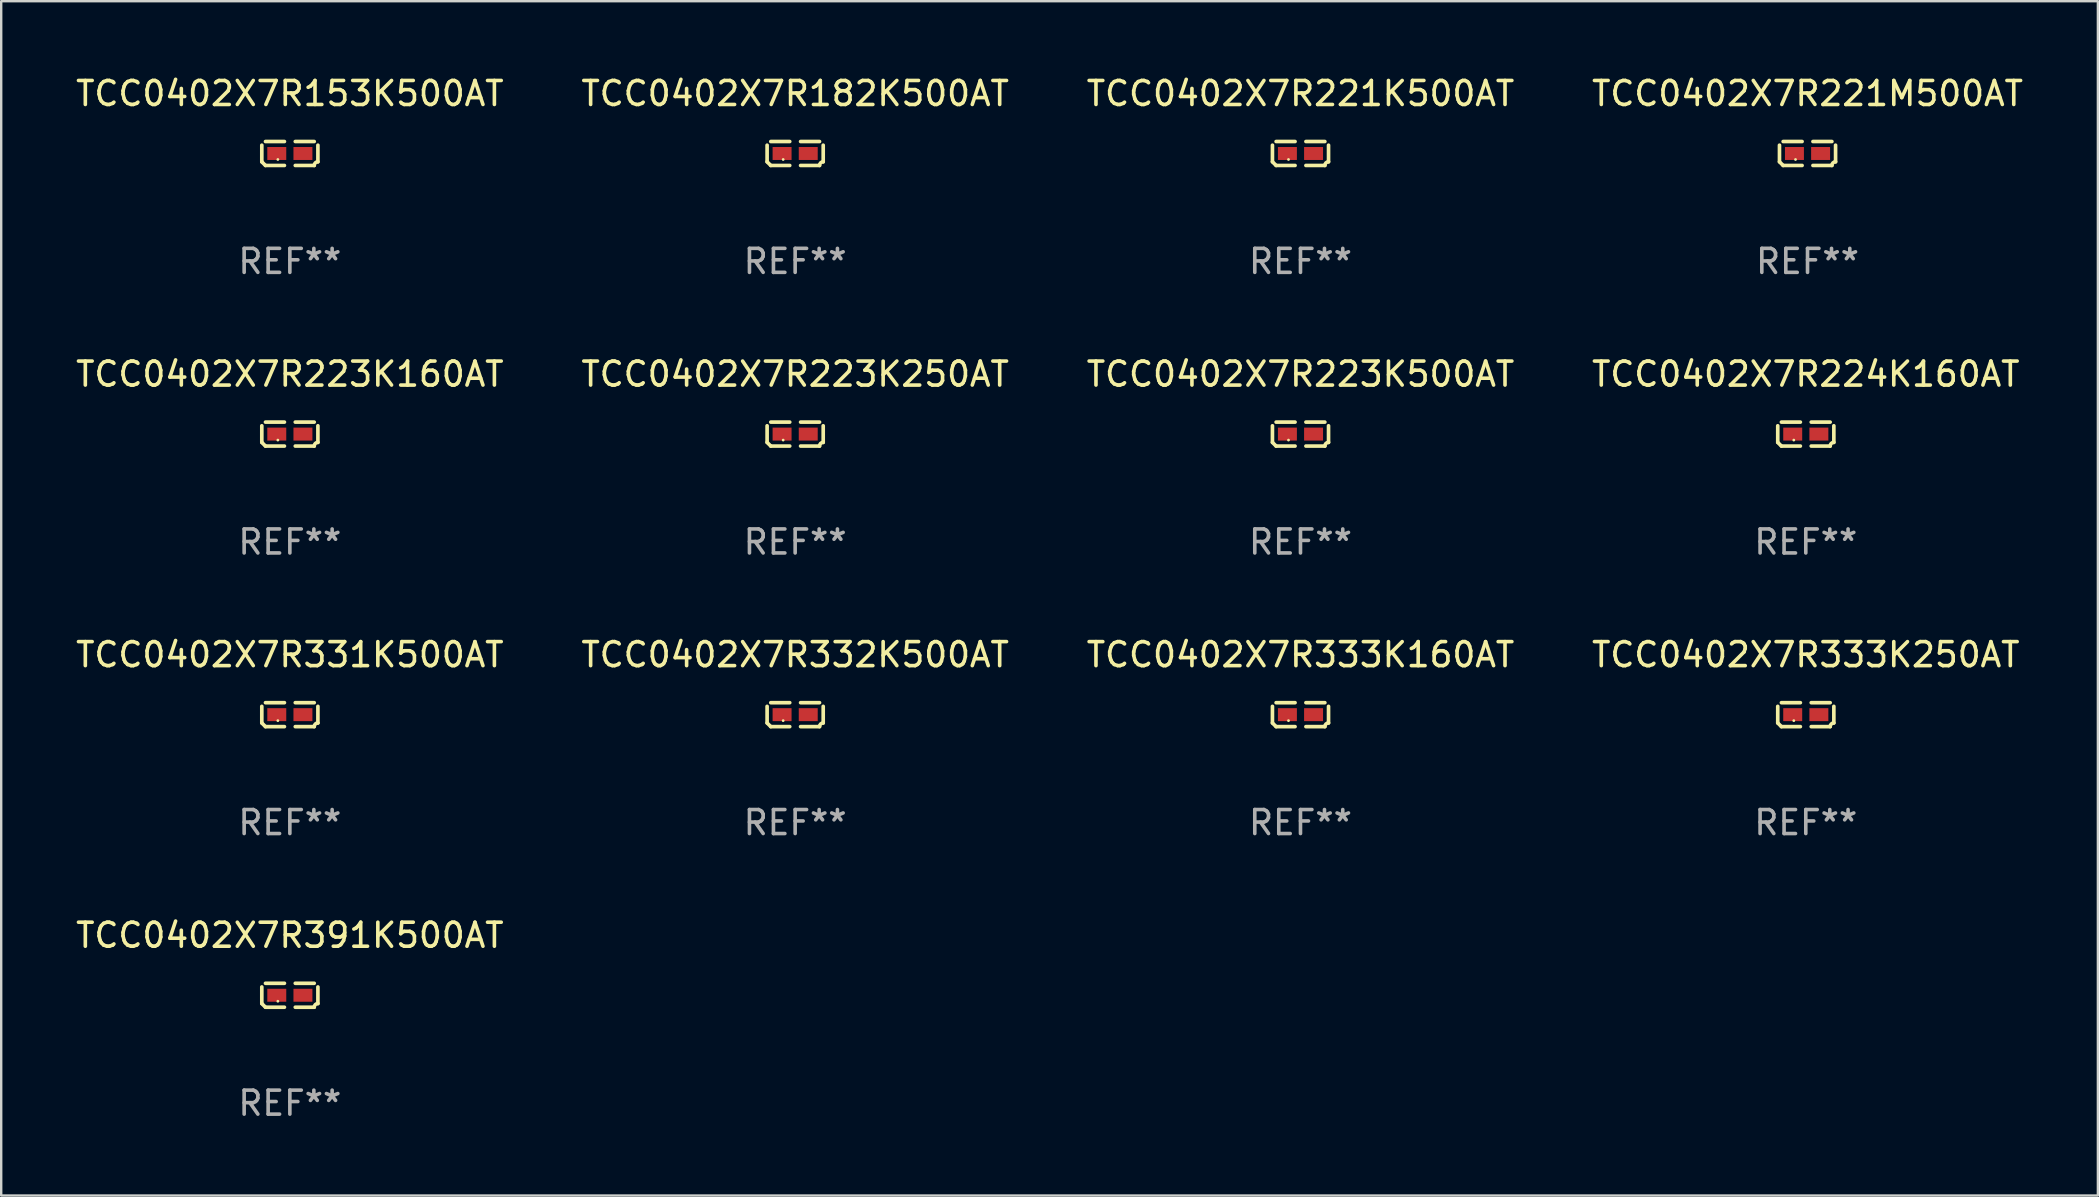
<source format=kicad_pcb>
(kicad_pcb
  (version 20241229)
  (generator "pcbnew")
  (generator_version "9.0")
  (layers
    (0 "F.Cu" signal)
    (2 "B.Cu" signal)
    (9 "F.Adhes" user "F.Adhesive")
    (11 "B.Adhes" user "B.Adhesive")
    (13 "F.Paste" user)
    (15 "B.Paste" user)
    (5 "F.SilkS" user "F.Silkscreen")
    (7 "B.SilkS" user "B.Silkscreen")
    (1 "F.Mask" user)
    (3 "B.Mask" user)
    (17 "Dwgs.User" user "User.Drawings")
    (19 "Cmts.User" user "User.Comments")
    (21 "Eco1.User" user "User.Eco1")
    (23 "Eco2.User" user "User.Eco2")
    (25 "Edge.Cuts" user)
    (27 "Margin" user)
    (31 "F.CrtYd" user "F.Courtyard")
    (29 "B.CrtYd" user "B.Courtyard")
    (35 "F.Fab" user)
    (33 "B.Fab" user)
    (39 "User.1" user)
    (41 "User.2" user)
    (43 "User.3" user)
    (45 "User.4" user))
  (footprint "TCC0402X7R153K500AT"
    (layer "F.Cu")
    (at 9.03 3.347)
    (property "Reference" "TCC0402X7R153K500AT" (at 0 -2.499 0) (layer "F.SilkS") (effects (font (size 1 1) (thickness 0.15))))
    (attr through_hole)
    (fp_line (start -1.169 0.346) (end -1.169 -0.346) (stroke (width 0.152) (type solid)) (layer "F.SilkS"))
    (fp_line (start -1.016 -0.499) (end -0.226 -0.499) (stroke (width 0.152) (type solid)) (layer "F.SilkS"))
    (fp_line (start -0.226 0.499) (end -1.016 0.499) (stroke (width 0.152) (type solid)) (layer "F.SilkS"))
    (fp_line (start 0.226 0.499) (end 1.016 0.499) (stroke (width 0.152) (type solid)) (layer "F.SilkS"))
    (fp_line (start 1.016 -0.499) (end 0.226 -0.499) (stroke (width 0.152) (type solid)) (layer "F.SilkS"))
    (fp_line (start 1.169 0.346) (end 1.169 -0.346) (stroke (width 0.152) (type solid)) (layer "F.SilkS"))
    (fp_arc (start -1.016307 0.498603) (mid -1.092512 0.422405) (end -1.16871 0.3462) (stroke (width 0.1524) (type solid)) (layer "F.SilkS"))
    (fp_arc (start 1.016307 0.498603) (mid 1.060899 0.390758) (end 1.168707 0.346076) (stroke (width 0.1524) (type solid)) (layer "F.SilkS"))
    (fp_circle (center -0.5 0.25) (end -0.47 0.25) (stroke (width 0.06) (type solid)) (fill no) (layer "F.SilkS"))
    (fp_text user "REF**" (at 0 4.499 0) (layer "F.Fab") (effects (font (size 1 1) (thickness 0.15))))
    (pad "1" smd rect (at -0.545 0) (size 0.79 0.54) (layers "F.Cu" "F.Mask" "F.Paste"))
    (pad "2" smd rect (at 0.545 0) (size 0.79 0.54) (layers "F.Cu" "F.Mask" "F.Paste")))
  (footprint "TCC0402X7R332K500AT"
    (layer "F.Cu")
    (at 30.089 26.734)
    (property "Reference" "TCC0402X7R332K500AT" (at 0 -2.499 0) (layer "F.SilkS") (effects (font (size 1 1) (thickness 0.15))))
    (attr through_hole)
    (fp_line (start -1.169 0.346) (end -1.169 -0.346) (stroke (width 0.152) (type solid)) (layer "F.SilkS"))
    (fp_line (start -1.016 -0.499) (end -0.226 -0.499) (stroke (width 0.152) (type solid)) (layer "F.SilkS"))
    (fp_line (start -0.226 0.499) (end -1.016 0.499) (stroke (width 0.152) (type solid)) (layer "F.SilkS"))
    (fp_line (start 0.226 0.499) (end 1.016 0.499) (stroke (width 0.152) (type solid)) (layer "F.SilkS"))
    (fp_line (start 1.016 -0.499) (end 0.226 -0.499) (stroke (width 0.152) (type solid)) (layer "F.SilkS"))
    (fp_line (start 1.169 0.346) (end 1.169 -0.346) (stroke (width 0.152) (type solid)) (layer "F.SilkS"))
    (fp_arc (start -1.016307 0.498603) (mid -1.092512 0.422405) (end -1.16871 0.3462) (stroke (width 0.1524) (type solid)) (layer "F.SilkS"))
    (fp_arc (start 1.016307 0.498603) (mid 1.060899 0.390758) (end 1.168707 0.346076) (stroke (width 0.1524) (type solid)) (layer "F.SilkS"))
    (fp_circle (center -0.5 0.25) (end -0.47 0.25) (stroke (width 0.06) (type solid)) (fill no) (layer "F.SilkS"))
    (fp_text user "REF**" (at 0 4.499 0) (layer "F.Fab") (effects (font (size 1 1) (thickness 0.15))))
    (pad "1" smd rect (at -0.545 0) (size 0.79 0.54) (layers "F.Cu" "F.Mask" "F.Paste"))
    (pad "2" smd rect (at 0.545 0) (size 0.79 0.54) (layers "F.Cu" "F.Mask" "F.Paste")))
  (footprint "TCC0402X7R223K160AT"
    (layer "F.Cu")
    (at 9.03 15.041)
    (property "Reference" "TCC0402X7R223K160AT" (at 0 -2.499 0) (layer "F.SilkS") (effects (font (size 1 1) (thickness 0.15))))
    (attr through_hole)
    (fp_line (start -1.169 0.346) (end -1.169 -0.346) (stroke (width 0.152) (type solid)) (layer "F.SilkS"))
    (fp_line (start -1.016 -0.499) (end -0.226 -0.499) (stroke (width 0.152) (type solid)) (layer "F.SilkS"))
    (fp_line (start -0.226 0.499) (end -1.016 0.499) (stroke (width 0.152) (type solid)) (layer "F.SilkS"))
    (fp_line (start 0.226 0.499) (end 1.016 0.499) (stroke (width 0.152) (type solid)) (layer "F.SilkS"))
    (fp_line (start 1.016 -0.499) (end 0.226 -0.499) (stroke (width 0.152) (type solid)) (layer "F.SilkS"))
    (fp_line (start 1.169 0.346) (end 1.169 -0.346) (stroke (width 0.152) (type solid)) (layer "F.SilkS"))
    (fp_arc (start -1.016307 0.498603) (mid -1.092512 0.422405) (end -1.16871 0.3462) (stroke (width 0.1524) (type solid)) (layer "F.SilkS"))
    (fp_arc (start 1.016307 0.498603) (mid 1.060899 0.390758) (end 1.168707 0.346076) (stroke (width 0.1524) (type solid)) (layer "F.SilkS"))
    (fp_circle (center -0.5 0.25) (end -0.47 0.25) (stroke (width 0.06) (type solid)) (fill no) (layer "F.SilkS"))
    (fp_text user "REF**" (at 0 4.499 0) (layer "F.Fab") (effects (font (size 1 1) (thickness 0.15))))
    (pad "1" smd rect (at -0.545 0) (size 0.79 0.54) (layers "F.Cu" "F.Mask" "F.Paste"))
    (pad "2" smd rect (at 0.545 0) (size 0.79 0.54) (layers "F.Cu" "F.Mask" "F.Paste")))
  (footprint "TCC0402X7R333K160AT"
    (layer "F.Cu")
    (at 51.149 26.734)
    (property "Reference" "TCC0402X7R333K160AT" (at 0 -2.499 0) (layer "F.SilkS") (effects (font (size 1 1) (thickness 0.15))))
    (attr through_hole)
    (fp_line (start -1.169 0.346) (end -1.169 -0.346) (stroke (width 0.152) (type solid)) (layer "F.SilkS"))
    (fp_line (start -1.016 -0.499) (end -0.226 -0.499) (stroke (width 0.152) (type solid)) (layer "F.SilkS"))
    (fp_line (start -0.226 0.499) (end -1.016 0.499) (stroke (width 0.152) (type solid)) (layer "F.SilkS"))
    (fp_line (start 0.226 0.499) (end 1.016 0.499) (stroke (width 0.152) (type solid)) (layer "F.SilkS"))
    (fp_line (start 1.016 -0.499) (end 0.226 -0.499) (stroke (width 0.152) (type solid)) (layer "F.SilkS"))
    (fp_line (start 1.169 0.346) (end 1.169 -0.346) (stroke (width 0.152) (type solid)) (layer "F.SilkS"))
    (fp_arc (start -1.016307 0.498603) (mid -1.092512 0.422405) (end -1.16871 0.3462) (stroke (width 0.1524) (type solid)) (layer "F.SilkS"))
    (fp_arc (start 1.016307 0.498603) (mid 1.060899 0.390758) (end 1.168707 0.346076) (stroke (width 0.1524) (type solid)) (layer "F.SilkS"))
    (fp_circle (center -0.5 0.25) (end -0.47 0.25) (stroke (width 0.06) (type solid)) (fill no) (layer "F.SilkS"))
    (fp_text user "REF**" (at 0 4.499 0) (layer "F.Fab") (effects (font (size 1 1) (thickness 0.15))))
    (pad "1" smd rect (at -0.545 0) (size 0.79 0.54) (layers "F.Cu" "F.Mask" "F.Paste"))
    (pad "2" smd rect (at 0.545 0) (size 0.79 0.54) (layers "F.Cu" "F.Mask" "F.Paste")))
  (footprint "TCC0402X7R221K500AT"
    (layer "F.Cu")
    (at 51.149 3.347)
    (property "Reference" "TCC0402X7R221K500AT" (at 0 -2.499 0) (layer "F.SilkS") (effects (font (size 1 1) (thickness 0.15))))
    (attr through_hole)
    (fp_line (start -1.169 0.346) (end -1.169 -0.346) (stroke (width 0.152) (type solid)) (layer "F.SilkS"))
    (fp_line (start -1.016 -0.499) (end -0.226 -0.499) (stroke (width 0.152) (type solid)) (layer "F.SilkS"))
    (fp_line (start -0.226 0.499) (end -1.016 0.499) (stroke (width 0.152) (type solid)) (layer "F.SilkS"))
    (fp_line (start 0.226 0.499) (end 1.016 0.499) (stroke (width 0.152) (type solid)) (layer "F.SilkS"))
    (fp_line (start 1.016 -0.499) (end 0.226 -0.499) (stroke (width 0.152) (type solid)) (layer "F.SilkS"))
    (fp_line (start 1.169 0.346) (end 1.169 -0.346) (stroke (width 0.152) (type solid)) (layer "F.SilkS"))
    (fp_arc (start -1.016307 0.498603) (mid -1.092512 0.422405) (end -1.16871 0.3462) (stroke (width 0.1524) (type solid)) (layer "F.SilkS"))
    (fp_arc (start 1.016307 0.498603) (mid 1.060899 0.390758) (end 1.168707 0.346076) (stroke (width 0.1524) (type solid)) (layer "F.SilkS"))
    (fp_circle (center -0.5 0.25) (end -0.47 0.25) (stroke (width 0.06) (type solid)) (fill no) (layer "F.SilkS"))
    (fp_text user "REF**" (at 0 4.499 0) (layer "F.Fab") (effects (font (size 1 1) (thickness 0.15))))
    (pad "1" smd rect (at -0.545 0) (size 0.79 0.54) (layers "F.Cu" "F.Mask" "F.Paste"))
    (pad "2" smd rect (at 0.545 0) (size 0.79 0.54) (layers "F.Cu" "F.Mask" "F.Paste")))
  (footprint "TCC0402X7R182K500AT"
    (layer "F.Cu")
    (at 30.089 3.347)
    (property "Reference" "TCC0402X7R182K500AT" (at 0 -2.499 0) (layer "F.SilkS") (effects (font (size 1 1) (thickness 0.15))))
    (attr through_hole)
    (fp_line (start -1.169 0.346) (end -1.169 -0.346) (stroke (width 0.152) (type solid)) (layer "F.SilkS"))
    (fp_line (start -1.016 -0.499) (end -0.226 -0.499) (stroke (width 0.152) (type solid)) (layer "F.SilkS"))
    (fp_line (start -0.226 0.499) (end -1.016 0.499) (stroke (width 0.152) (type solid)) (layer "F.SilkS"))
    (fp_line (start 0.226 0.499) (end 1.016 0.499) (stroke (width 0.152) (type solid)) (layer "F.SilkS"))
    (fp_line (start 1.016 -0.499) (end 0.226 -0.499) (stroke (width 0.152) (type solid)) (layer "F.SilkS"))
    (fp_line (start 1.169 0.346) (end 1.169 -0.346) (stroke (width 0.152) (type solid)) (layer "F.SilkS"))
    (fp_arc (start -1.016307 0.498603) (mid -1.092512 0.422405) (end -1.16871 0.3462) (stroke (width 0.1524) (type solid)) (layer "F.SilkS"))
    (fp_arc (start 1.016307 0.498603) (mid 1.060899 0.390758) (end 1.168707 0.346076) (stroke (width 0.1524) (type solid)) (layer "F.SilkS"))
    (fp_circle (center -0.5 0.25) (end -0.47 0.25) (stroke (width 0.06) (type solid)) (fill no) (layer "F.SilkS"))
    (fp_text user "REF**" (at 0 4.499 0) (layer "F.Fab") (effects (font (size 1 1) (thickness 0.15))))
    (pad "1" smd rect (at -0.545 0) (size 0.79 0.54) (layers "F.Cu" "F.Mask" "F.Paste"))
    (pad "2" smd rect (at 0.545 0) (size 0.79 0.54) (layers "F.Cu" "F.Mask" "F.Paste")))
  (footprint "TCC0402X7R221M500AT"
    (layer "F.Cu")
    (at 72.28 3.347)
    (property "Reference" "TCC0402X7R221M500AT" (at 0 -2.499 0) (layer "F.SilkS") (effects (font (size 1 1) (thickness 0.15))))
    (attr through_hole)
    (fp_line (start -1.169 0.346) (end -1.169 -0.346) (stroke (width 0.152) (type solid)) (layer "F.SilkS"))
    (fp_line (start -1.016 -0.499) (end -0.226 -0.499) (stroke (width 0.152) (type solid)) (layer "F.SilkS"))
    (fp_line (start -0.226 0.499) (end -1.016 0.499) (stroke (width 0.152) (type solid)) (layer "F.SilkS"))
    (fp_line (start 0.226 0.499) (end 1.016 0.499) (stroke (width 0.152) (type solid)) (layer "F.SilkS"))
    (fp_line (start 1.016 -0.499) (end 0.226 -0.499) (stroke (width 0.152) (type solid)) (layer "F.SilkS"))
    (fp_line (start 1.169 0.346) (end 1.169 -0.346) (stroke (width 0.152) (type solid)) (layer "F.SilkS"))
    (fp_arc (start -1.016307 0.498603) (mid -1.092512 0.422405) (end -1.16871 0.3462) (stroke (width 0.1524) (type solid)) (layer "F.SilkS"))
    (fp_arc (start 1.016307 0.498603) (mid 1.060899 0.390758) (end 1.168707 0.346076) (stroke (width 0.1524) (type solid)) (layer "F.SilkS"))
    (fp_circle (center -0.5 0.25) (end -0.47 0.25) (stroke (width 0.06) (type solid)) (fill no) (layer "F.SilkS"))
    (fp_text user "REF**" (at 0 4.499 0) (layer "F.Fab") (effects (font (size 1 1) (thickness 0.15))))
    (pad "1" smd rect (at -0.545 0) (size 0.79 0.54) (layers "F.Cu" "F.Mask" "F.Paste"))
    (pad "2" smd rect (at 0.545 0) (size 0.79 0.54) (layers "F.Cu" "F.Mask" "F.Paste")))
  (footprint "TCC0402X7R223K250AT"
    (layer "F.Cu")
    (at 30.089 15.041)
    (property "Reference" "TCC0402X7R223K250AT" (at 0 -2.499 0) (layer "F.SilkS") (effects (font (size 1 1) (thickness 0.15))))
    (attr through_hole)
    (fp_line (start -1.169 0.346) (end -1.169 -0.346) (stroke (width 0.152) (type solid)) (layer "F.SilkS"))
    (fp_line (start -1.016 -0.499) (end -0.226 -0.499) (stroke (width 0.152) (type solid)) (layer "F.SilkS"))
    (fp_line (start -0.226 0.499) (end -1.016 0.499) (stroke (width 0.152) (type solid)) (layer "F.SilkS"))
    (fp_line (start 0.226 0.499) (end 1.016 0.499) (stroke (width 0.152) (type solid)) (layer "F.SilkS"))
    (fp_line (start 1.016 -0.499) (end 0.226 -0.499) (stroke (width 0.152) (type solid)) (layer "F.SilkS"))
    (fp_line (start 1.169 0.346) (end 1.169 -0.346) (stroke (width 0.152) (type solid)) (layer "F.SilkS"))
    (fp_arc (start -1.016307 0.498603) (mid -1.092512 0.422405) (end -1.16871 0.3462) (stroke (width 0.1524) (type solid)) (layer "F.SilkS"))
    (fp_arc (start 1.016307 0.498603) (mid 1.060899 0.390758) (end 1.168707 0.346076) (stroke (width 0.1524) (type solid)) (layer "F.SilkS"))
    (fp_circle (center -0.5 0.25) (end -0.47 0.25) (stroke (width 0.06) (type solid)) (fill no) (layer "F.SilkS"))
    (fp_text user "REF**" (at 0 4.499 0) (layer "F.Fab") (effects (font (size 1 1) (thickness 0.15))))
    (pad "1" smd rect (at -0.545 0) (size 0.79 0.54) (layers "F.Cu" "F.Mask" "F.Paste"))
    (pad "2" smd rect (at 0.545 0) (size 0.79 0.54) (layers "F.Cu" "F.Mask" "F.Paste")))
  (footprint "TCC0402X7R223K500AT"
    (layer "F.Cu")
    (at 51.149 15.041)
    (property "Reference" "TCC0402X7R223K500AT" (at 0 -2.499 0) (layer "F.SilkS") (effects (font (size 1 1) (thickness 0.15))))
    (attr through_hole)
    (fp_line (start -1.169 0.346) (end -1.169 -0.346) (stroke (width 0.152) (type solid)) (layer "F.SilkS"))
    (fp_line (start -1.016 -0.499) (end -0.226 -0.499) (stroke (width 0.152) (type solid)) (layer "F.SilkS"))
    (fp_line (start -0.226 0.499) (end -1.016 0.499) (stroke (width 0.152) (type solid)) (layer "F.SilkS"))
    (fp_line (start 0.226 0.499) (end 1.016 0.499) (stroke (width 0.152) (type solid)) (layer "F.SilkS"))
    (fp_line (start 1.016 -0.499) (end 0.226 -0.499) (stroke (width 0.152) (type solid)) (layer "F.SilkS"))
    (fp_line (start 1.169 0.346) (end 1.169 -0.346) (stroke (width 0.152) (type solid)) (layer "F.SilkS"))
    (fp_arc (start -1.016307 0.498603) (mid -1.092512 0.422405) (end -1.16871 0.3462) (stroke (width 0.1524) (type solid)) (layer "F.SilkS"))
    (fp_arc (start 1.016307 0.498603) (mid 1.060899 0.390758) (end 1.168707 0.346076) (stroke (width 0.1524) (type solid)) (layer "F.SilkS"))
    (fp_circle (center -0.5 0.25) (end -0.47 0.25) (stroke (width 0.06) (type solid)) (fill no) (layer "F.SilkS"))
    (fp_text user "REF**" (at 0 4.499 0) (layer "F.Fab") (effects (font (size 1 1) (thickness 0.15))))
    (pad "1" smd rect (at -0.545 0) (size 0.79 0.54) (layers "F.Cu" "F.Mask" "F.Paste"))
    (pad "2" smd rect (at 0.545 0) (size 0.79 0.54) (layers "F.Cu" "F.Mask" "F.Paste")))
  (footprint "TCC0402X7R331K500AT"
    (layer "F.Cu")
    (at 9.03 26.734)
    (property "Reference" "TCC0402X7R331K500AT" (at 0 -2.499 0) (layer "F.SilkS") (effects (font (size 1 1) (thickness 0.15))))
    (attr through_hole)
    (fp_line (start -1.169 0.346) (end -1.169 -0.346) (stroke (width 0.152) (type solid)) (layer "F.SilkS"))
    (fp_line (start -1.016 -0.499) (end -0.226 -0.499) (stroke (width 0.152) (type solid)) (layer "F.SilkS"))
    (fp_line (start -0.226 0.499) (end -1.016 0.499) (stroke (width 0.152) (type solid)) (layer "F.SilkS"))
    (fp_line (start 0.226 0.499) (end 1.016 0.499) (stroke (width 0.152) (type solid)) (layer "F.SilkS"))
    (fp_line (start 1.016 -0.499) (end 0.226 -0.499) (stroke (width 0.152) (type solid)) (layer "F.SilkS"))
    (fp_line (start 1.169 0.346) (end 1.169 -0.346) (stroke (width 0.152) (type solid)) (layer "F.SilkS"))
    (fp_arc (start -1.016307 0.498603) (mid -1.092512 0.422405) (end -1.16871 0.3462) (stroke (width 0.1524) (type solid)) (layer "F.SilkS"))
    (fp_arc (start 1.016307 0.498603) (mid 1.060899 0.390758) (end 1.168707 0.346076) (stroke (width 0.1524) (type solid)) (layer "F.SilkS"))
    (fp_circle (center -0.5 0.25) (end -0.47 0.25) (stroke (width 0.06) (type solid)) (fill no) (layer "F.SilkS"))
    (fp_text user "REF**" (at 0 4.499 0) (layer "F.Fab") (effects (font (size 1 1) (thickness 0.15))))
    (pad "1" smd rect (at -0.545 0) (size 0.79 0.54) (layers "F.Cu" "F.Mask" "F.Paste"))
    (pad "2" smd rect (at 0.545 0) (size 0.79 0.54) (layers "F.Cu" "F.Mask" "F.Paste")))
  (footprint "TCC0402X7R391K500AT"
    (layer "F.Cu")
    (at 9.03 38.428)
    (property "Reference" "TCC0402X7R391K500AT" (at 0 -2.499 0) (layer "F.SilkS") (effects (font (size 1 1) (thickness 0.15))))
    (attr through_hole)
    (fp_line (start -1.169 0.346) (end -1.169 -0.346) (stroke (width 0.152) (type solid)) (layer "F.SilkS"))
    (fp_line (start -1.016 -0.499) (end -0.226 -0.499) (stroke (width 0.152) (type solid)) (layer "F.SilkS"))
    (fp_line (start -0.226 0.499) (end -1.016 0.499) (stroke (width 0.152) (type solid)) (layer "F.SilkS"))
    (fp_line (start 0.226 0.499) (end 1.016 0.499) (stroke (width 0.152) (type solid)) (layer "F.SilkS"))
    (fp_line (start 1.016 -0.499) (end 0.226 -0.499) (stroke (width 0.152) (type solid)) (layer "F.SilkS"))
    (fp_line (start 1.169 0.346) (end 1.169 -0.346) (stroke (width 0.152) (type solid)) (layer "F.SilkS"))
    (fp_arc (start -1.016307 0.498603) (mid -1.092512 0.422405) (end -1.16871 0.3462) (stroke (width 0.1524) (type solid)) (layer "F.SilkS"))
    (fp_arc (start 1.016307 0.498603) (mid 1.060899 0.390758) (end 1.168707 0.346076) (stroke (width 0.1524) (type solid)) (layer "F.SilkS"))
    (fp_circle (center -0.5 0.25) (end -0.47 0.25) (stroke (width 0.06) (type solid)) (fill no) (layer "F.SilkS"))
    (fp_text user "REF**" (at 0 4.499 0) (layer "F.Fab") (effects (font (size 1 1) (thickness 0.15))))
    (pad "1" smd rect (at -0.545 0) (size 0.79 0.54) (layers "F.Cu" "F.Mask" "F.Paste"))
    (pad "2" smd rect (at 0.545 0) (size 0.79 0.54) (layers "F.Cu" "F.Mask" "F.Paste")))
  (footprint "TCC0402X7R224K160AT"
    (layer "F.Cu")
    (at 72.208 15.041)
    (property "Reference" "TCC0402X7R224K160AT" (at 0 -2.499 0) (layer "F.SilkS") (effects (font (size 1 1) (thickness 0.15))))
    (attr through_hole)
    (fp_line (start -1.169 0.346) (end -1.169 -0.346) (stroke (width 0.152) (type solid)) (layer "F.SilkS"))
    (fp_line (start -1.016 -0.499) (end -0.226 -0.499) (stroke (width 0.152) (type solid)) (layer "F.SilkS"))
    (fp_line (start -0.226 0.499) (end -1.016 0.499) (stroke (width 0.152) (type solid)) (layer "F.SilkS"))
    (fp_line (start 0.226 0.499) (end 1.016 0.499) (stroke (width 0.152) (type solid)) (layer "F.SilkS"))
    (fp_line (start 1.016 -0.499) (end 0.226 -0.499) (stroke (width 0.152) (type solid)) (layer "F.SilkS"))
    (fp_line (start 1.169 0.346) (end 1.169 -0.346) (stroke (width 0.152) (type solid)) (layer "F.SilkS"))
    (fp_arc (start -1.016307 0.498603) (mid -1.092512 0.422405) (end -1.16871 0.3462) (stroke (width 0.1524) (type solid)) (layer "F.SilkS"))
    (fp_arc (start 1.016307 0.498603) (mid 1.060899 0.390758) (end 1.168707 0.346076) (stroke (width 0.1524) (type solid)) (layer "F.SilkS"))
    (fp_circle (center -0.5 0.25) (end -0.47 0.25) (stroke (width 0.06) (type solid)) (fill no) (layer "F.SilkS"))
    (fp_text user "REF**" (at 0 4.499 0) (layer "F.Fab") (effects (font (size 1 1) (thickness 0.15))))
    (pad "1" smd rect (at -0.545 0) (size 0.79 0.54) (layers "F.Cu" "F.Mask" "F.Paste"))
    (pad "2" smd rect (at 0.545 0) (size 0.79 0.54) (layers "F.Cu" "F.Mask" "F.Paste")))
  (footprint "TCC0402X7R333K250AT"
    (layer "F.Cu")
    (at 72.208 26.734)
    (property "Reference" "TCC0402X7R333K250AT" (at 0 -2.499 0) (layer "F.SilkS") (effects (font (size 1 1) (thickness 0.15))))
    (attr through_hole)
    (fp_line (start -1.169 0.346) (end -1.169 -0.346) (stroke (width 0.152) (type solid)) (layer "F.SilkS"))
    (fp_line (start -1.016 -0.499) (end -0.226 -0.499) (stroke (width 0.152) (type solid)) (layer "F.SilkS"))
    (fp_line (start -0.226 0.499) (end -1.016 0.499) (stroke (width 0.152) (type solid)) (layer "F.SilkS"))
    (fp_line (start 0.226 0.499) (end 1.016 0.499) (stroke (width 0.152) (type solid)) (layer "F.SilkS"))
    (fp_line (start 1.016 -0.499) (end 0.226 -0.499) (stroke (width 0.152) (type solid)) (layer "F.SilkS"))
    (fp_line (start 1.169 0.346) (end 1.169 -0.346) (stroke (width 0.152) (type solid)) (layer "F.SilkS"))
    (fp_arc (start -1.016307 0.498603) (mid -1.092512 0.422405) (end -1.16871 0.3462) (stroke (width 0.1524) (type solid)) (layer "F.SilkS"))
    (fp_arc (start 1.016307 0.498603) (mid 1.060899 0.390758) (end 1.168707 0.346076) (stroke (width 0.1524) (type solid)) (layer "F.SilkS"))
    (fp_circle (center -0.5 0.25) (end -0.47 0.25) (stroke (width 0.06) (type solid)) (fill no) (layer "F.SilkS"))
    (fp_text user "REF**" (at 0 4.499 0) (layer "F.Fab") (effects (font (size 1 1) (thickness 0.15))))
    (pad "1" smd rect (at -0.545 0) (size 0.79 0.54) (layers "F.Cu" "F.Mask" "F.Paste"))
    (pad "2" smd rect (at 0.545 0) (size 0.79 0.54) (layers "F.Cu" "F.Mask" "F.Paste")))
  (gr_rect
    (start -3 -3)
    (end 84.381 46.775)
    (stroke (width 0.1) (type default))
    (fill no)
    (layer "Edge.Cuts")))
</source>
